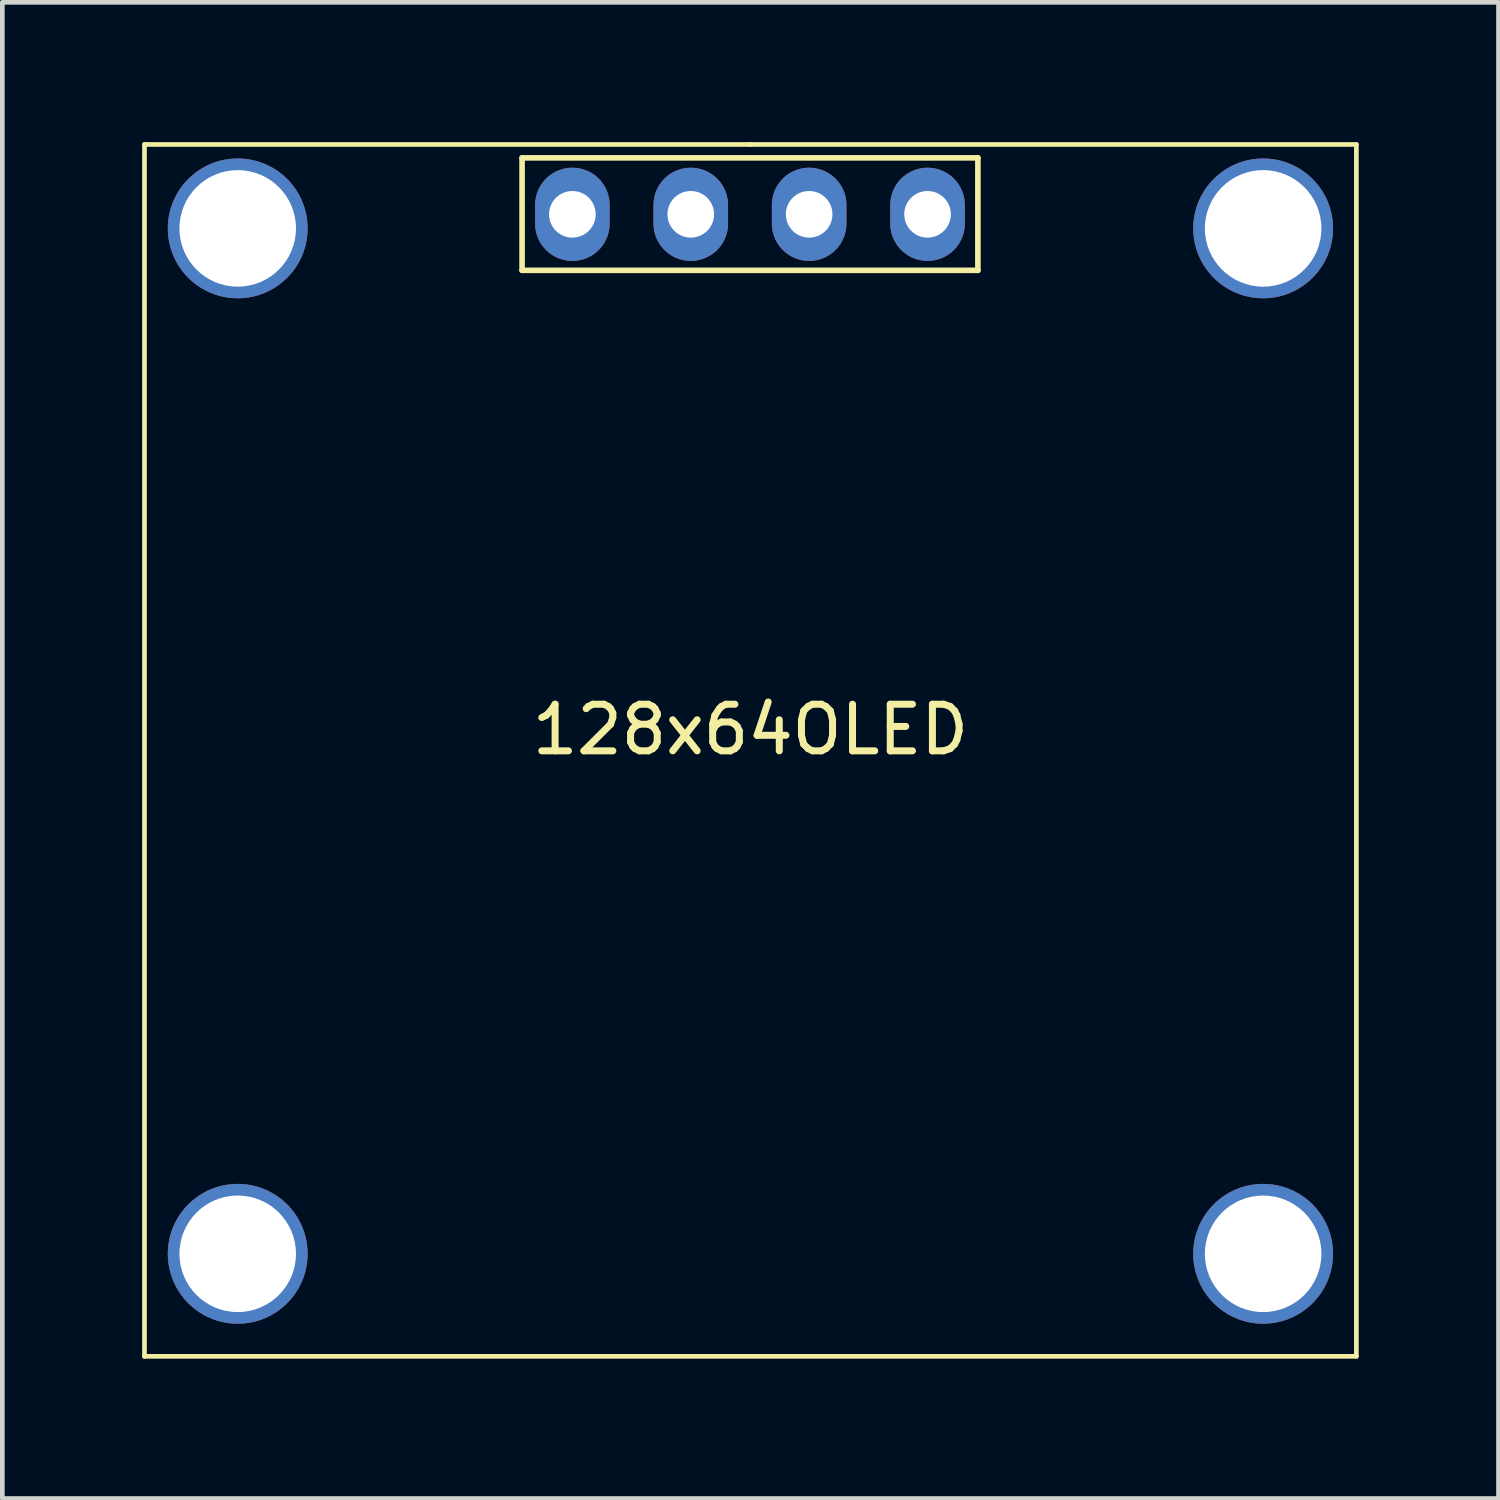
<source format=kicad_pcb>
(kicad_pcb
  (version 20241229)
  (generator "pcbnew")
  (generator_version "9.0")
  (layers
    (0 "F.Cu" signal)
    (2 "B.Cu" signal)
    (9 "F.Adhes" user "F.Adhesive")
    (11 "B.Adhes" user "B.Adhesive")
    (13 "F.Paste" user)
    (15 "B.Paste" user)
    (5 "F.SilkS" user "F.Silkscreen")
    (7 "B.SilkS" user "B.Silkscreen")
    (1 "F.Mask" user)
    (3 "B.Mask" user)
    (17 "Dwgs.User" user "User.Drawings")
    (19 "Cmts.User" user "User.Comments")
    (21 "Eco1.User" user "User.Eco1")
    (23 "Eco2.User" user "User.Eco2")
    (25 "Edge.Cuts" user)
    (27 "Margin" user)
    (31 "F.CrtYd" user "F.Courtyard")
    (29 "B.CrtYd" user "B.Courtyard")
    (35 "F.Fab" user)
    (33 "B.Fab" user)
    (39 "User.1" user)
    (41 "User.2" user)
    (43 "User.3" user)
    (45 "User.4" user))
  (footprint "128x64OLED"
    (layer "F.Cu")
    (at 13.05 12.35)
    (property "Reference" "128x64OLED" (at 0 0.254 0) (layer "F.SilkS") (effects (font (size 1 1) (thickness 0.15))))
    (attr through_hole)
    (fp_line (start -13 -12.3) (end -13 13.7) (stroke (width 0.1) (type default)) (layer "F.SilkS"))
    (fp_line (start -13 13.7) (end 13 13.7) (stroke (width 0.1) (type default)) (layer "F.SilkS"))
    (fp_line (start -4.899 -12.013) (end -4.899 -9.6) (stroke (width 0.12) (type solid)) (layer "F.SilkS"))
    (fp_line (start -4.899 -12.013) (end 4.88 -12.013) (stroke (width 0.12) (type solid)) (layer "F.SilkS"))
    (fp_line (start 0 -12.3) (end -13 -12.3) (stroke (width 0.1) (type default)) (layer "F.SilkS"))
    (fp_line (start 0 -12.3) (end 13 -12.3) (stroke (width 0.1) (type default)) (layer "F.SilkS"))
    (fp_line (start 4.88 -12.013) (end 4.88 -9.6) (stroke (width 0.12) (type solid)) (layer "F.SilkS"))
    (fp_line (start 4.88 -9.6) (end -4.899 -9.6) (stroke (width 0.12) (type solid)) (layer "F.SilkS"))
    (fp_line (start 13 -12.3) (end 13 13.7) (stroke (width 0.1) (type default)) (layer "F.SilkS"))
    (pad "" np_thru_hole circle (at -11 -10.5) (size 3 3) (drill 2.5) (layers "*.Cu" "*.Mask"))
    (pad "" np_thru_hole circle (at -11 11.5) (size 3 3) (drill 2.5) (layers "*.Cu" "*.Mask"))
    (pad "" np_thru_hole circle (at 11 -10.5) (size 3 3) (drill 2.5) (layers "*.Cu" "*.Mask"))
    (pad "" np_thru_hole circle (at 11 11.5) (size 3 3) (drill 2.5) (layers "*.Cu" "*.Mask"))
    (pad "1" thru_hole oval (at -3.82 -10.802 90) (size 2 1.6) (drill 1) (layers "*.Cu" "*.Mask"))
    (pad "2" thru_hole oval (at -1.28 -10.802 90) (size 2 1.6) (drill 1) (layers "*.Cu" "*.Mask"))
    (pad "3" thru_hole oval (at 1.26 -10.802 90) (size 2 1.6) (drill 1) (layers "*.Cu" "*.Mask"))
    (pad "4" thru_hole oval (at 3.8 -10.802 90) (size 2 1.6) (drill 1) (layers "*.Cu" "*.Mask")))
  (gr_rect
    (start -3 -3)
    (end 29.1 29.1)
    (stroke (width 0.1) (type default))
    (fill no)
    (layer "Edge.Cuts")))
</source>
